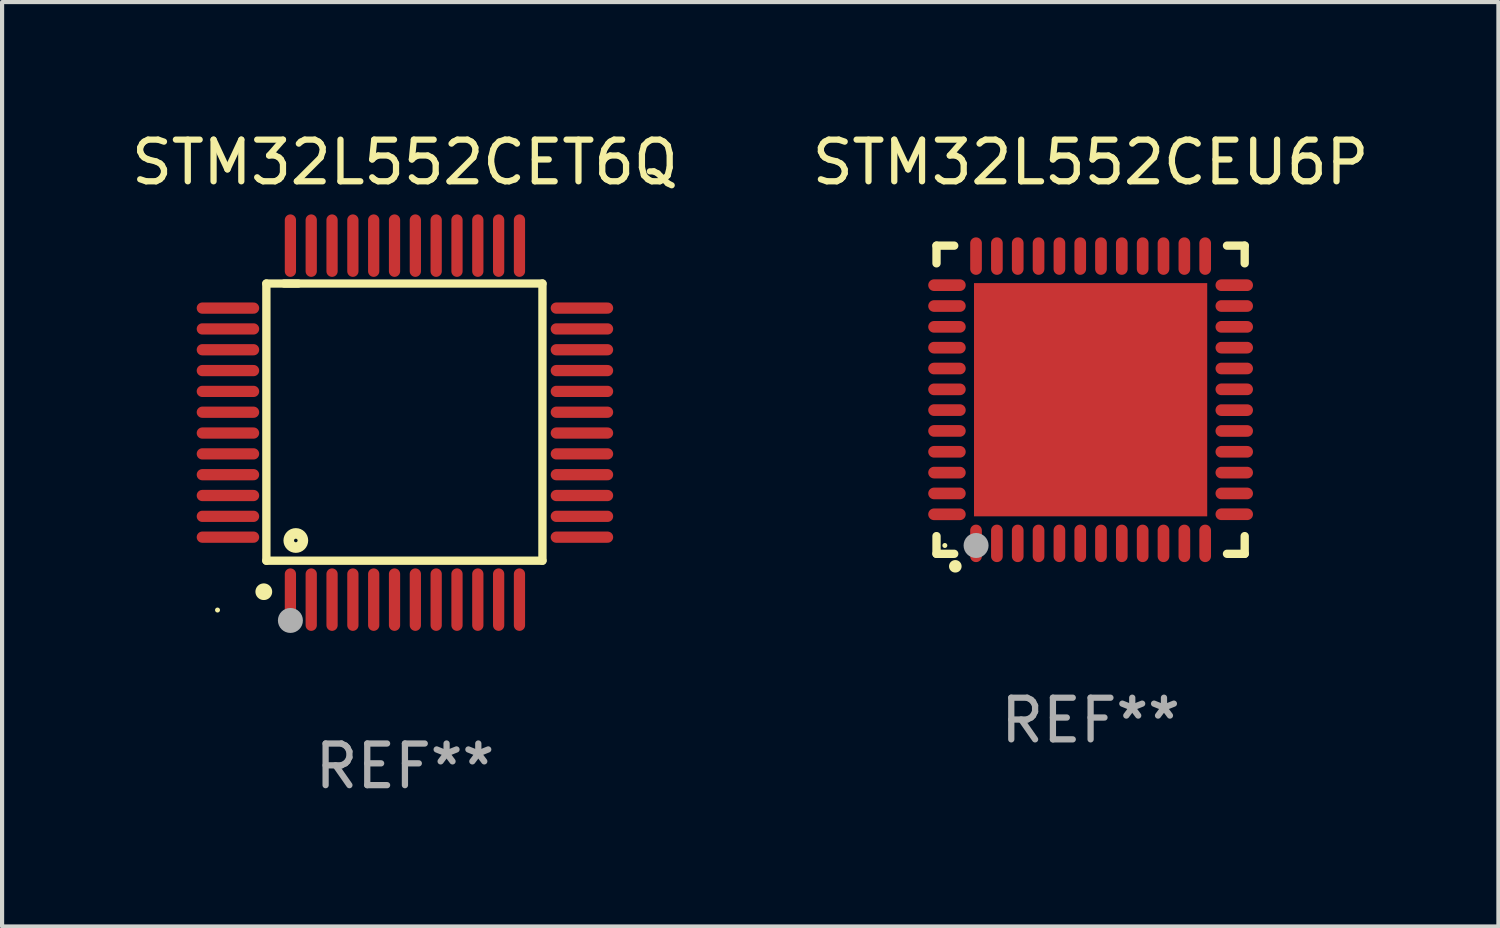
<source format=kicad_pcb>
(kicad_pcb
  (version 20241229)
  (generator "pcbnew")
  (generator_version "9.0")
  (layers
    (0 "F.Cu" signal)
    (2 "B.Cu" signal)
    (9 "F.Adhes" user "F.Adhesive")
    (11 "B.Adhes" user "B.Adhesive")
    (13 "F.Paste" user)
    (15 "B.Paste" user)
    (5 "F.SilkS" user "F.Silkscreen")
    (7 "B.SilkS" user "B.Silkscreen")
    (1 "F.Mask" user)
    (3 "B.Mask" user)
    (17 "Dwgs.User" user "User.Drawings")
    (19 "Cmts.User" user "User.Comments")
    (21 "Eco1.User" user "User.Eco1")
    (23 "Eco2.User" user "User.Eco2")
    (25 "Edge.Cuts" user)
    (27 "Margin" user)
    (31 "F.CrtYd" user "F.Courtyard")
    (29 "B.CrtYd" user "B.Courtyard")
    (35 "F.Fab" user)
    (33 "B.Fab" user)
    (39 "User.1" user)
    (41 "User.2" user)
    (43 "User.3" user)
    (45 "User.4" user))
  (footprint "STM32L552CET6Q"
    (layer "F.Cu")
    (at 6.673 7.098)
    (property "Reference" "STM32L552CET6Q" (at 0 -6.25 0) (layer "F.SilkS") (effects (font (size 1 1) (thickness 0.15))))
    (attr through_hole)
    (fp_line (start -3.327 -3.34) (end -2.565 -3.34) (stroke (width 0.2) (type solid)) (layer "F.SilkS"))
    (fp_line (start -3.327 3.315) (end -3.327 -3.34) (stroke (width 0.2) (type solid)) (layer "F.SilkS"))
    (fp_line (start -2.896 -3.34) (end 3.302 -3.34) (stroke (width 0.2) (type solid)) (layer "F.SilkS"))
    (fp_line (start 3.302 -3.34) (end 3.302 3.315) (stroke (width 0.2) (type solid)) (layer "F.SilkS"))
    (fp_line (start 3.302 3.315) (end -3.327 3.315) (stroke (width 0.2) (type solid)) (layer "F.SilkS"))
    (fp_arc (start -3.389992 4.059995) (mid -3.388722 4.059991) (end -3.387452 4.059995) (stroke (width 0.4) (type solid)) (layer "F.SilkS"))
    (fp_circle (center -4.5 4.5) (end -4.47 4.5) (stroke (width 0.06) (type solid)) (fill no) (layer "F.SilkS"))
    (fp_circle (center -2.62 2.83) (end -2.45 2.83) (stroke (width 0.254) (type solid)) (fill no) (layer "F.SilkS"))
    (fp_circle (center -2.75 4.75) (end -2.6 4.75) (stroke (width 0.3) (type solid)) (fill no) (layer "F.Fab"))
    (fp_text user "REF**" (at 0 8.25 0) (layer "F.Fab") (effects (font (size 1 1) (thickness 0.15))))
    (pad "1" smd oval (at -2.75 4.25) (size 0.27 1.5) (layers "F.Cu" "F.Mask" "F.Paste"))
    (pad "2" smd oval (at -2.25 4.25) (size 0.27 1.5) (layers "F.Cu" "F.Mask" "F.Paste"))
    (pad "3" smd oval (at -1.75 4.25) (size 0.27 1.5) (layers "F.Cu" "F.Mask" "F.Paste"))
    (pad "4" smd oval (at -1.25 4.25) (size 0.27 1.5) (layers "F.Cu" "F.Mask" "F.Paste"))
    (pad "5" smd oval (at -0.75 4.25) (size 0.27 1.5) (layers "F.Cu" "F.Mask" "F.Paste"))
    (pad "6" smd oval (at -0.25 4.25) (size 0.27 1.5) (layers "F.Cu" "F.Mask" "F.Paste"))
    (pad "7" smd oval (at 0.25 4.25) (size 0.27 1.5) (layers "F.Cu" "F.Mask" "F.Paste"))
    (pad "8" smd oval (at 0.75 4.25) (size 0.27 1.5) (layers "F.Cu" "F.Mask" "F.Paste"))
    (pad "9" smd oval (at 1.25 4.25) (size 0.27 1.5) (layers "F.Cu" "F.Mask" "F.Paste"))
    (pad "10" smd oval (at 1.75 4.25) (size 0.27 1.5) (layers "F.Cu" "F.Mask" "F.Paste"))
    (pad "11" smd oval (at 2.25 4.25) (size 0.27 1.5) (layers "F.Cu" "F.Mask" "F.Paste"))
    (pad "12" smd oval (at 2.75 4.25) (size 0.27 1.5) (layers "F.Cu" "F.Mask" "F.Paste"))
    (pad "13" smd oval (at 4.25 2.75) (size 1.5 0.27) (layers "F.Cu" "F.Mask" "F.Paste"))
    (pad "14" smd oval (at 4.25 2.25) (size 1.5 0.27) (layers "F.Cu" "F.Mask" "F.Paste"))
    (pad "15" smd oval (at 4.25 1.75) (size 1.5 0.27) (layers "F.Cu" "F.Mask" "F.Paste"))
    (pad "16" smd oval (at 4.25 1.25) (size 1.5 0.27) (layers "F.Cu" "F.Mask" "F.Paste"))
    (pad "17" smd oval (at 4.25 0.75) (size 1.5 0.27) (layers "F.Cu" "F.Mask" "F.Paste"))
    (pad "18" smd oval (at 4.25 0.25) (size 1.5 0.27) (layers "F.Cu" "F.Mask" "F.Paste"))
    (pad "19" smd oval (at 4.25 -0.25) (size 1.5 0.27) (layers "F.Cu" "F.Mask" "F.Paste"))
    (pad "20" smd oval (at 4.25 -0.75) (size 1.5 0.27) (layers "F.Cu" "F.Mask" "F.Paste"))
    (pad "21" smd oval (at 4.25 -1.25) (size 1.5 0.27) (layers "F.Cu" "F.Mask" "F.Paste"))
    (pad "22" smd oval (at 4.25 -1.75) (size 1.5 0.27) (layers "F.Cu" "F.Mask" "F.Paste"))
    (pad "23" smd oval (at 4.25 -2.25) (size 1.5 0.27) (layers "F.Cu" "F.Mask" "F.Paste"))
    (pad "24" smd oval (at 4.25 -2.75) (size 1.5 0.27) (layers "F.Cu" "F.Mask" "F.Paste"))
    (pad "25" smd oval (at 2.75 -4.25) (size 0.27 1.5) (layers "F.Cu" "F.Mask" "F.Paste"))
    (pad "26" smd oval (at 2.25 -4.25) (size 0.27 1.5) (layers "F.Cu" "F.Mask" "F.Paste"))
    (pad "27" smd oval (at 1.75 -4.25) (size 0.27 1.5) (layers "F.Cu" "F.Mask" "F.Paste"))
    (pad "28" smd oval (at 1.25 -4.25) (size 0.27 1.5) (layers "F.Cu" "F.Mask" "F.Paste"))
    (pad "29" smd oval (at 0.75 -4.25) (size 0.27 1.5) (layers "F.Cu" "F.Mask" "F.Paste"))
    (pad "30" smd oval (at 0.25 -4.25) (size 0.27 1.5) (layers "F.Cu" "F.Mask" "F.Paste"))
    (pad "31" smd oval (at -0.25 -4.25) (size 0.27 1.5) (layers "F.Cu" "F.Mask" "F.Paste"))
    (pad "32" smd oval (at -0.75 -4.25) (size 0.27 1.5) (layers "F.Cu" "F.Mask" "F.Paste"))
    (pad "33" smd oval (at -1.25 -4.25) (size 0.27 1.5) (layers "F.Cu" "F.Mask" "F.Paste"))
    (pad "34" smd oval (at -1.75 -4.25) (size 0.27 1.5) (layers "F.Cu" "F.Mask" "F.Paste"))
    (pad "35" smd oval (at -2.25 -4.25) (size 0.27 1.5) (layers "F.Cu" "F.Mask" "F.Paste"))
    (pad "36" smd oval (at -2.75 -4.25) (size 0.27 1.5) (layers "F.Cu" "F.Mask" "F.Paste"))
    (pad "37" smd oval (at -4.25 -2.75) (size 1.5 0.27) (layers "F.Cu" "F.Mask" "F.Paste"))
    (pad "38" smd oval (at -4.25 -2.25) (size 1.5 0.27) (layers "F.Cu" "F.Mask" "F.Paste"))
    (pad "39" smd oval (at -4.25 -1.75) (size 1.5 0.27) (layers "F.Cu" "F.Mask" "F.Paste"))
    (pad "40" smd oval (at -4.25 -1.25) (size 1.5 0.27) (layers "F.Cu" "F.Mask" "F.Paste"))
    (pad "41" smd oval (at -4.25 -0.75) (size 1.5 0.27) (layers "F.Cu" "F.Mask" "F.Paste"))
    (pad "42" smd oval (at -4.25 -0.25) (size 1.5 0.27) (layers "F.Cu" "F.Mask" "F.Paste"))
    (pad "43" smd oval (at -4.25 0.25) (size 1.5 0.27) (layers "F.Cu" "F.Mask" "F.Paste"))
    (pad "44" smd oval (at -4.25 0.75) (size 1.5 0.27) (layers "F.Cu" "F.Mask" "F.Paste"))
    (pad "45" smd oval (at -4.25 1.25) (size 1.5 0.27) (layers "F.Cu" "F.Mask" "F.Paste"))
    (pad "46" smd oval (at -4.25 1.75) (size 1.5 0.27) (layers "F.Cu" "F.Mask" "F.Paste"))
    (pad "47" smd oval (at -4.25 2.25) (size 1.5 0.27) (layers "F.Cu" "F.Mask" "F.Paste"))
    (pad "48" smd oval (at -4.25 2.75) (size 1.5 0.27) (layers "F.Cu" "F.Mask" "F.Paste")))
  (footprint "STM32L552CEU6P"
    (layer "F.Cu")
    (at 23.137 6.548)
    (property "Reference" "STM32L552CEU6P" (at 0 -5.7 0) (layer "F.SilkS") (effects (font (size 1 1) (thickness 0.15))))
    (attr through_hole)
    (fp_line (start -3.7 -3.7) (end -3.275 -3.7) (stroke (width 0.2) (type solid)) (layer "F.SilkS"))
    (fp_line (start -3.7 -3.275) (end -3.7 -3.7) (stroke (width 0.2) (type solid)) (layer "F.SilkS"))
    (fp_line (start -3.7 3.7) (end -3.7 3.275) (stroke (width 0.2) (type solid)) (layer "F.SilkS"))
    (fp_line (start -3.275 3.7) (end -3.7 3.7) (stroke (width 0.2) (type solid)) (layer "F.SilkS"))
    (fp_line (start 3.7 -3.7) (end 3.275 -3.7) (stroke (width 0.2) (type solid)) (layer "F.SilkS"))
    (fp_line (start 3.7 -3.275) (end 3.7 -3.7) (stroke (width 0.2) (type solid)) (layer "F.SilkS"))
    (fp_line (start 3.7 3.275) (end 3.7 3.7) (stroke (width 0.2) (type solid)) (layer "F.SilkS"))
    (fp_line (start 3.7 3.7) (end 3.275 3.7) (stroke (width 0.2) (type solid)) (layer "F.SilkS"))
    (fp_arc (start -3.249936 3.999975) (mid -3.248666 3.99997) (end -3.247396 3.999975) (stroke (width 0.3) (type solid)) (layer "F.SilkS"))
    (fp_circle (center -3.5 3.5) (end -3.47 3.5) (stroke (width 0.06) (type solid)) (fill no) (layer "F.SilkS"))
    (fp_circle (center -2.75 3.5) (end -2.6 3.5) (stroke (width 0.3) (type solid)) (fill no) (layer "F.Fab"))
    (fp_text user "REF**" (at 0 7.7 0) (layer "F.Fab") (effects (font (size 1 1) (thickness 0.15))))
    (pad "1" smd oval (at -2.751 3.449) (size 0.28 0.9) (layers "F.Cu" "F.Mask" "F.Paste"))
    (pad "2" smd oval (at -2.25 3.449) (size 0.28 0.9) (layers "F.Cu" "F.Mask" "F.Paste"))
    (pad "3" smd oval (at -1.75 3.449) (size 0.28 0.9) (layers "F.Cu" "F.Mask" "F.Paste"))
    (pad "4" smd oval (at -1.25 3.449) (size 0.28 0.9) (layers "F.Cu" "F.Mask" "F.Paste"))
    (pad "5" smd oval (at -0.749 3.449) (size 0.28 0.9) (layers "F.Cu" "F.Mask" "F.Paste"))
    (pad "6" smd oval (at -0.249 3.449) (size 0.28 0.9) (layers "F.Cu" "F.Mask" "F.Paste"))
    (pad "7" smd oval (at 0.249 3.449) (size 0.28 0.9) (layers "F.Cu" "F.Mask" "F.Paste"))
    (pad "8" smd oval (at 0.749 3.449) (size 0.28 0.9) (layers "F.Cu" "F.Mask" "F.Paste"))
    (pad "9" smd oval (at 1.25 3.449) (size 0.28 0.9) (layers "F.Cu" "F.Mask" "F.Paste"))
    (pad "10" smd oval (at 1.75 3.449) (size 0.28 0.9) (layers "F.Cu" "F.Mask" "F.Paste"))
    (pad "11" smd oval (at 2.251 3.449) (size 0.28 0.9) (layers "F.Cu" "F.Mask" "F.Paste"))
    (pad "12" smd oval (at 2.751 3.449) (size 0.28 0.9) (layers "F.Cu" "F.Mask" "F.Paste"))
    (pad "13" smd oval (at 3.449 2.75) (size 0.9 0.28) (layers "F.Cu" "F.Mask" "F.Paste"))
    (pad "14" smd oval (at 3.449 2.25) (size 0.9 0.28) (layers "F.Cu" "F.Mask" "F.Paste"))
    (pad "15" smd oval (at 3.449 1.75) (size 0.9 0.28) (layers "F.Cu" "F.Mask" "F.Paste"))
    (pad "16" smd oval (at 3.449 1.25) (size 0.9 0.28) (layers "F.Cu" "F.Mask" "F.Paste"))
    (pad "17" smd oval (at 3.449 0.75) (size 0.9 0.28) (layers "F.Cu" "F.Mask" "F.Paste"))
    (pad "18" smd oval (at 3.449 0.25) (size 0.9 0.28) (layers "F.Cu" "F.Mask" "F.Paste"))
    (pad "19" smd oval (at 3.449 -0.25) (size 0.9 0.28) (layers "F.Cu" "F.Mask" "F.Paste"))
    (pad "20" smd oval (at 3.449 -0.75) (size 0.9 0.28) (layers "F.Cu" "F.Mask" "F.Paste"))
    (pad "21" smd oval (at 3.449 -1.25) (size 0.9 0.28) (layers "F.Cu" "F.Mask" "F.Paste"))
    (pad "22" smd oval (at 3.449 -1.75) (size 0.9 0.28) (layers "F.Cu" "F.Mask" "F.Paste"))
    (pad "23" smd oval (at 3.449 -2.25) (size 0.9 0.28) (layers "F.Cu" "F.Mask" "F.Paste"))
    (pad "24" smd oval (at 3.449 -2.75) (size 0.9 0.28) (layers "F.Cu" "F.Mask" "F.Paste"))
    (pad "25" smd oval (at 2.751 -3.449) (size 0.28 0.9) (layers "F.Cu" "F.Mask" "F.Paste"))
    (pad "26" smd oval (at 2.251 -3.449) (size 0.28 0.9) (layers "F.Cu" "F.Mask" "F.Paste"))
    (pad "27" smd oval (at 1.75 -3.449) (size 0.28 0.9) (layers "F.Cu" "F.Mask" "F.Paste"))
    (pad "28" smd oval (at 1.25 -3.449) (size 0.28 0.9) (layers "F.Cu" "F.Mask" "F.Paste"))
    (pad "29" smd oval (at 0.749 -3.449) (size 0.28 0.9) (layers "F.Cu" "F.Mask" "F.Paste"))
    (pad "30" smd oval (at 0.249 -3.449) (size 0.28 0.9) (layers "F.Cu" "F.Mask" "F.Paste"))
    (pad "31" smd oval (at -0.249 -3.449) (size 0.28 0.9) (layers "F.Cu" "F.Mask" "F.Paste"))
    (pad "32" smd oval (at -0.749 -3.449) (size 0.28 0.9) (layers "F.Cu" "F.Mask" "F.Paste"))
    (pad "33" smd oval (at -1.25 -3.449) (size 0.28 0.9) (layers "F.Cu" "F.Mask" "F.Paste"))
    (pad "34" smd oval (at -1.75 -3.449) (size 0.28 0.9) (layers "F.Cu" "F.Mask" "F.Paste"))
    (pad "35" smd oval (at -2.25 -3.449) (size 0.28 0.9) (layers "F.Cu" "F.Mask" "F.Paste"))
    (pad "36" smd oval (at -2.751 -3.449) (size 0.28 0.9) (layers "F.Cu" "F.Mask" "F.Paste"))
    (pad "37" smd oval (at -3.449 -2.751) (size 0.9 0.28) (layers "F.Cu" "F.Mask" "F.Paste"))
    (pad "38" smd oval (at -3.449 -2.25) (size 0.9 0.28) (layers "F.Cu" "F.Mask" "F.Paste"))
    (pad "39" smd oval (at -3.449 -1.75) (size 0.9 0.28) (layers "F.Cu" "F.Mask" "F.Paste"))
    (pad "40" smd oval (at -3.449 -1.25) (size 0.9 0.28) (layers "F.Cu" "F.Mask" "F.Paste"))
    (pad "41" smd oval (at -3.449 -0.749) (size 0.9 0.28) (layers "F.Cu" "F.Mask" "F.Paste"))
    (pad "42" smd oval (at -3.449 -0.249) (size 0.9 0.28) (layers "F.Cu" "F.Mask" "F.Paste"))
    (pad "43" smd oval (at -3.449 0.249) (size 0.9 0.28) (layers "F.Cu" "F.Mask" "F.Paste"))
    (pad "44" smd oval (at -3.449 0.749) (size 0.9 0.28) (layers "F.Cu" "F.Mask" "F.Paste"))
    (pad "45" smd oval (at -3.449 1.25) (size 0.9 0.28) (layers "F.Cu" "F.Mask" "F.Paste"))
    (pad "46" smd oval (at -3.449 1.75) (size 0.9 0.28) (layers "F.Cu" "F.Mask" "F.Paste"))
    (pad "47" smd oval (at -3.449 2.25) (size 0.9 0.28) (layers "F.Cu" "F.Mask" "F.Paste"))
    (pad "48" smd oval (at -3.449 2.751) (size 0.9 0.28) (layers "F.Cu" "F.Mask" "F.Paste"))
    (pad "49" smd rect (at 0.000076 -0.000025) (size 5.6 5.6) (layers "F.Cu" "F.Mask" "F.Paste")))
  (gr_rect
    (start -3 -3)
    (end 32.929 19.196)
    (stroke (width 0.1) (type default))
    (fill no)
    (layer "Edge.Cuts")))
</source>
